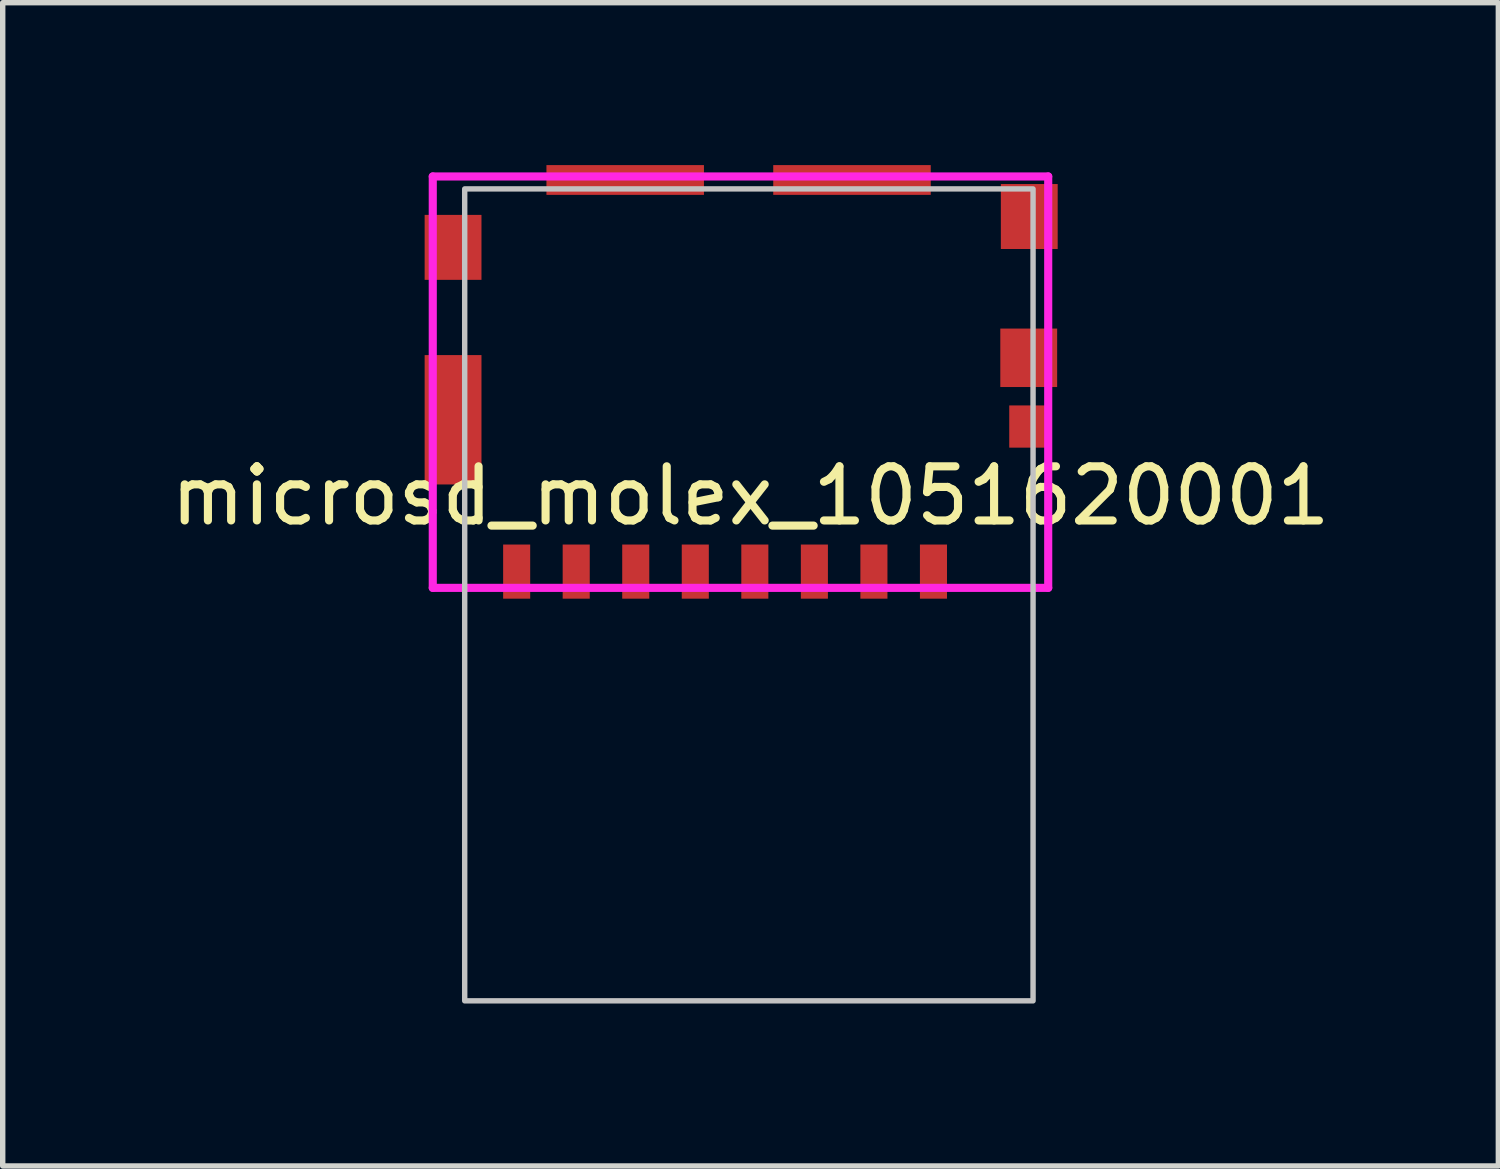
<source format=kicad_pcb>
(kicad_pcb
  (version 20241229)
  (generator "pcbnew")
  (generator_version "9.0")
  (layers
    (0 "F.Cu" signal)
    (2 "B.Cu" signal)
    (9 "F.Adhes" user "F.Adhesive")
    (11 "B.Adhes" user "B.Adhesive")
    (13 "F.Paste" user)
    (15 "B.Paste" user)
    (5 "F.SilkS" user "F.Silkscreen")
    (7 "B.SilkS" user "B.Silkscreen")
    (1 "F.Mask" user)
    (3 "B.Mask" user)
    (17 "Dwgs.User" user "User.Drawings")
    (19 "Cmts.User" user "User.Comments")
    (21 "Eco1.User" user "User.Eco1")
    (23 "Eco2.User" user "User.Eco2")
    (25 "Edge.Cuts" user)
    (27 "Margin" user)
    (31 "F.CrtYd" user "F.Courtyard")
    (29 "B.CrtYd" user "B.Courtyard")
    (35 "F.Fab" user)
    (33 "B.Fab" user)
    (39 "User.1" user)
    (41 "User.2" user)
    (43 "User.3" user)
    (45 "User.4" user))
  (footprint "microsd_molex_1051620001"
    (layer "F.Cu")
    (at 10.535 3.94)
    (property "Reference" "microsd_molex_1051620001" (at 0.28 2.17 0) (layer "F.SilkS") (effects (font (size 1 1) (thickness 0.15))))
    (attr smd)
    (fp_rect (start -5 -3.5) (end 5.5 11.5) (stroke (width 0.1) (type default)) (fill no) (layer "Dwgs.User"))
    (fp_line (start -5.59 -3.73) (end 5.78 -3.73) (stroke (width 0.15) (type solid)) (layer "F.CrtYd"))
    (fp_line (start -5.59 3.87) (end -5.59 -3.73) (stroke (width 0.15) (type solid)) (layer "F.CrtYd"))
    (fp_line (start 5.78 -3.73) (end 5.78 3.87) (stroke (width 0.15) (type solid)) (layer "F.CrtYd"))
    (fp_line (start 5.78 3.87) (end -5.59 3.87) (stroke (width 0.15) (type solid)) (layer "F.CrtYd"))
    (pad "" smd rect (at -2.035 -3.665) (size 2.91 0.55) (layers "F.Cu" "F.Mask" "F.Paste"))
    (pad "" smd rect (at 2.155 -3.665) (size 2.91 0.55) (layers "F.Cu" "F.Mask" "F.Paste"))
    (pad "1" smd rect (at 3.66 3.57) (size 0.5 1) (layers "F.Cu" "F.Mask" "F.Paste"))
    (pad "2" smd rect (at 2.56 3.57) (size 0.5 1) (layers "F.Cu" "F.Mask" "F.Paste"))
    (pad "3" smd rect (at 1.46 3.57) (size 0.5 1) (layers "F.Cu" "F.Mask" "F.Paste"))
    (pad "4" smd rect (at 0.36 3.57) (size 0.5 1) (layers "F.Cu" "F.Mask" "F.Paste"))
    (pad "5" smd rect (at -0.74 3.57) (size 0.5 1) (layers "F.Cu" "F.Mask" "F.Paste"))
    (pad "6" smd rect (at -1.84 3.57) (size 0.5 1) (layers "F.Cu" "F.Mask" "F.Paste"))
    (pad "7" smd rect (at -2.94 3.57) (size 0.5 1) (layers "F.Cu" "F.Mask" "F.Paste"))
    (pad "8" smd rect (at -4.04 3.57) (size 0.5 1) (layers "F.Cu" "F.Mask" "F.Paste"))
    (pad "9" smd rect (at 5.42 0.89) (size 0.72 0.78) (layers "F.Cu" "F.Mask" "F.Paste"))
    (pad "10" smd rect (at -5.215 -2.42) (size 1.05 1.2) (layers "F.Cu" "F.Mask" "F.Paste"))
    (pad "10" smd rect (at -5.215 0.765) (size 1.05 2.39) (layers "F.Cu" "F.Mask" "F.Paste"))
    (pad "10" smd rect (at 5.42 -0.38) (size 1.05 1.08) (layers "F.Cu" "F.Mask" "F.Paste"))
    (pad "10" smd rect (at 5.43 -2.99) (size 1.05 1.2) (layers "F.Cu" "F.Mask" "F.Paste"))
    (zone (net_name "") (layer "F.SilkS") (name "keepout") (hatch edge 0.5) (connect_pads) (min_thickness 0.25) (filled_areas_thickness no) (keepout (tracks not_allowed) (vias not_allowed) (pads not_allowed) (copperpour allowed) (footprints allowed)) (placement (enabled no)) (fill) (polygon (pts (xy 6.535 5.94) (xy 6.535 1.94) (xy 14.535 1.94) (xy 14.535 5.94)))))
  (gr_rect
    (start -3 -3)
    (end 24.631 18.49)
    (stroke (width 0.1) (type default))
    (fill no)
    (layer "Edge.Cuts")))
</source>
